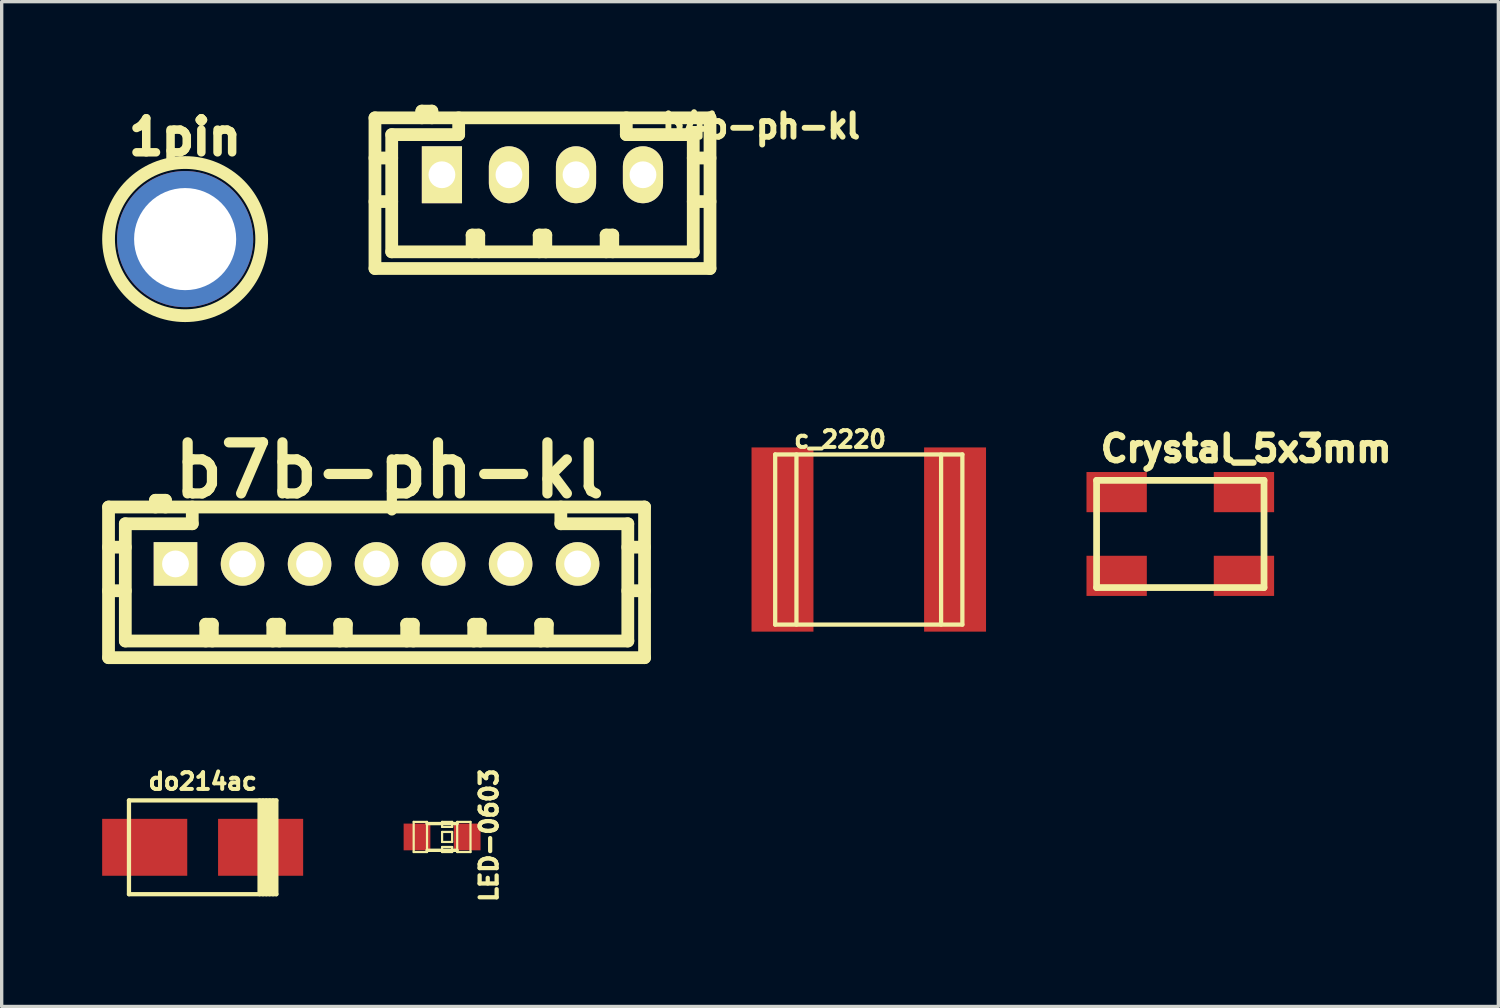
<source format=kicad_pcb>
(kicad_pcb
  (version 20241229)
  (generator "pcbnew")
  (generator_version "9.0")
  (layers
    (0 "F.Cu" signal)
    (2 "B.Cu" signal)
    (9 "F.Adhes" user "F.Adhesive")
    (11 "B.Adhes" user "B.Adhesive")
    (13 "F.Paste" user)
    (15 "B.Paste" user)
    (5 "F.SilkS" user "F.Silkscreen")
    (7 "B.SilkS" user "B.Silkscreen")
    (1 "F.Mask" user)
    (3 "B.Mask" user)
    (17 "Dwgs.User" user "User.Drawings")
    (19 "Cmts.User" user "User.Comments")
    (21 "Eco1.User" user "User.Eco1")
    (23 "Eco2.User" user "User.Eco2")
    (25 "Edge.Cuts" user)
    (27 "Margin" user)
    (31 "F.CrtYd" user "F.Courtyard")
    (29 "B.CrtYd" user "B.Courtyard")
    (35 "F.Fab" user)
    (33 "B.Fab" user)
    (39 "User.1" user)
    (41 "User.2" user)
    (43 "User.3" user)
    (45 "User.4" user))
  (footprint "LED-0603"
    (layer "F.Cu")
    (at 10.148 21.936)
    (property "Reference" "LED-0603" (at 1.4 -0.05 90) (layer "F.SilkS") (effects (font (size 0.508 0.508) (thickness 0.127))))
    (attr smd)
    (fp_line (start -0.848 -0.45) (end -0.848 0.45) (stroke (width 0.066) (type solid)) (layer "F.SilkS"))
    (fp_line (start -0.848 -0.45) (end -0.45 -0.45) (stroke (width 0.066) (type solid)) (layer "F.SilkS"))
    (fp_line (start -0.848 0.45) (end -0.45 0.45) (stroke (width 0.066) (type solid)) (layer "F.SilkS"))
    (fp_line (start -0.45 -0.45) (end -0.45 0.45) (stroke (width 0.066) (type solid)) (layer "F.SilkS"))
    (fp_line (start 0 -0.45) (end 0 -0.3) (stroke (width 0.066) (type solid)) (layer "F.SilkS"))
    (fp_line (start 0 -0.45) (end 0.3 -0.45) (stroke (width 0.066) (type solid)) (layer "F.SilkS"))
    (fp_line (start 0 -0.3) (end 0.3 -0.3) (stroke (width 0.066) (type solid)) (layer "F.SilkS"))
    (fp_line (start 0 -0.15) (end 0 0.15) (stroke (width 0.066) (type solid)) (layer "F.SilkS"))
    (fp_line (start 0 -0.15) (end 0.3 -0.15) (stroke (width 0.066) (type solid)) (layer "F.SilkS"))
    (fp_line (start 0 0.15) (end 0.3 0.15) (stroke (width 0.066) (type solid)) (layer "F.SilkS"))
    (fp_line (start 0 0.3) (end 0 0.45) (stroke (width 0.066) (type solid)) (layer "F.SilkS"))
    (fp_line (start 0 0.3) (end 0.3 0.3) (stroke (width 0.066) (type solid)) (layer "F.SilkS"))
    (fp_line (start 0 0.45) (end 0.3 0.45) (stroke (width 0.066) (type solid)) (layer "F.SilkS"))
    (fp_line (start 0.3 -0.45) (end 0.3 -0.3) (stroke (width 0.066) (type solid)) (layer "F.SilkS"))
    (fp_line (start 0.3 -0.15) (end 0.3 0.15) (stroke (width 0.066) (type solid)) (layer "F.SilkS"))
    (fp_line (start 0.3 0.3) (end 0.3 0.45) (stroke (width 0.066) (type solid)) (layer "F.SilkS"))
    (fp_line (start 0.45 -0.45) (end 0.45 0.45) (stroke (width 0.066) (type solid)) (layer "F.SilkS"))
    (fp_line (start 0.45 -0.45) (end 0.848 -0.45) (stroke (width 0.066) (type solid)) (layer "F.SilkS"))
    (fp_line (start 0.45 -0.399) (end -0.45 -0.399) (stroke (width 0.102) (type solid)) (layer "F.SilkS"))
    (fp_line (start 0.45 0.399) (end -0.45 0.399) (stroke (width 0.102) (type solid)) (layer "F.SilkS"))
    (fp_line (start 0.45 0.45) (end 0.848 0.45) (stroke (width 0.066) (type solid)) (layer "F.SilkS"))
    (fp_line (start 0.848 -0.45) (end 0.848 0.45) (stroke (width 0.066) (type solid)) (layer "F.SilkS"))
    (pad "1" smd rect (at -0.749 0 180) (size 0.798 0.798) (layers "F.Cu" "F.Mask" "F.Paste"))
    (pad "2" smd rect (at 0.749 0 180) (size 0.798 0.798) (layers "F.Cu" "F.Mask" "F.Paste")))
  (footprint "b7b-ph-kl"
    (layer "F.Cu")
    (at 8.194 13.785)
    (property "Reference" "b7b-ph-kl" (at 0.381 -2.794 0) (layer "F.SilkS") (effects (font (size 1.524 1.524) (thickness 0.305))))
    (attr through_hole)
    (fp_line (start -8.004 -1.699) (end -8.004 2.799) (stroke (width 0.381) (type solid)) (layer "F.SilkS"))
    (fp_line (start -8.001 -1.699) (end 8.001 -1.699) (stroke (width 0.381) (type solid)) (layer "F.SilkS"))
    (fp_line (start -8.001 2.799) (end 8.001 2.799) (stroke (width 0.381) (type solid)) (layer "F.SilkS"))
    (fp_line (start -7.503 -1.199) (end -7.503 2.301) (stroke (width 0.381) (type solid)) (layer "F.SilkS"))
    (fp_line (start -7.503 -0.5) (end -8.004 -0.5) (stroke (width 0.381) (type solid)) (layer "F.SilkS"))
    (fp_line (start -7.503 0.8) (end -8.004 0.8) (stroke (width 0.381) (type solid)) (layer "F.SilkS"))
    (fp_line (start -6.604 -1.9) (end -6.604 -1.699) (stroke (width 0.381) (type solid)) (layer "F.SilkS"))
    (fp_line (start -6.304 -1.9) (end -6.604 -1.9) (stroke (width 0.381) (type solid)) (layer "F.SilkS"))
    (fp_line (start -6.304 -1.699) (end -6.304 -1.9) (stroke (width 0.381) (type solid)) (layer "F.SilkS"))
    (fp_line (start -5.504 -1.699) (end -5.504 -1.199) (stroke (width 0.381) (type solid)) (layer "F.SilkS"))
    (fp_line (start -5.504 -1.199) (end -7.503 -1.199) (stroke (width 0.381) (type solid)) (layer "F.SilkS"))
    (fp_line (start -5.103 1.801) (end -4.905 1.801) (stroke (width 0.381) (type solid)) (layer "F.SilkS"))
    (fp_line (start -5.103 2.301) (end -5.103 1.801) (stroke (width 0.381) (type solid)) (layer "F.SilkS"))
    (fp_line (start -4.905 1.801) (end -4.905 2.301) (stroke (width 0.381) (type solid)) (layer "F.SilkS"))
    (fp_line (start -3.101 1.801) (end -2.903 1.801) (stroke (width 0.381) (type solid)) (layer "F.SilkS"))
    (fp_line (start -3.101 2.301) (end -3.101 1.801) (stroke (width 0.381) (type solid)) (layer "F.SilkS"))
    (fp_line (start -2.903 1.801) (end -2.903 2.301) (stroke (width 0.381) (type solid)) (layer "F.SilkS"))
    (fp_line (start -1.102 1.801) (end -0.904 1.801) (stroke (width 0.381) (type solid)) (layer "F.SilkS"))
    (fp_line (start -1.102 2.301) (end -1.102 1.801) (stroke (width 0.381) (type solid)) (layer "F.SilkS"))
    (fp_line (start -0.904 1.801) (end -0.904 2.301) (stroke (width 0.381) (type solid)) (layer "F.SilkS"))
    (fp_line (start 0.897 1.801) (end 1.095 1.801) (stroke (width 0.381) (type solid)) (layer "F.SilkS"))
    (fp_line (start 0.897 2.301) (end 0.897 1.801) (stroke (width 0.381) (type solid)) (layer "F.SilkS"))
    (fp_line (start 1.095 1.801) (end 1.095 2.301) (stroke (width 0.381) (type solid)) (layer "F.SilkS"))
    (fp_line (start 2.898 1.801) (end 3.096 1.801) (stroke (width 0.381) (type solid)) (layer "F.SilkS"))
    (fp_line (start 2.898 2.301) (end 2.898 1.801) (stroke (width 0.381) (type solid)) (layer "F.SilkS"))
    (fp_line (start 3.096 1.801) (end 3.096 2.301) (stroke (width 0.381) (type solid)) (layer "F.SilkS"))
    (fp_line (start 4.897 1.801) (end 5.095 1.801) (stroke (width 0.381) (type solid)) (layer "F.SilkS"))
    (fp_line (start 4.897 2.301) (end 4.897 1.801) (stroke (width 0.381) (type solid)) (layer "F.SilkS"))
    (fp_line (start 5.095 1.801) (end 5.095 2.301) (stroke (width 0.381) (type solid)) (layer "F.SilkS"))
    (fp_line (start 5.499 -1.199) (end 5.499 -1.699) (stroke (width 0.381) (type solid)) (layer "F.SilkS"))
    (fp_line (start 7.498 -1.199) (end 5.499 -1.199) (stroke (width 0.381) (type solid)) (layer "F.SilkS"))
    (fp_line (start 7.498 0.8) (end 7.998 0.8) (stroke (width 0.381) (type solid)) (layer "F.SilkS"))
    (fp_line (start 7.498 2.301) (end 7.498 -1.199) (stroke (width 0.381) (type solid)) (layer "F.SilkS"))
    (fp_line (start 7.501 2.301) (end -7.501 2.301) (stroke (width 0.381) (type solid)) (layer "F.SilkS"))
    (fp_line (start 7.998 -1.699) (end 7.998 2.799) (stroke (width 0.381) (type solid)) (layer "F.SilkS"))
    (fp_line (start 7.998 -0.5) (end 7.498 -0.5) (stroke (width 0.381) (type solid)) (layer "F.SilkS"))
    (pad "1" thru_hole rect (at -6.005 0) (size 1.3 1.3) (drill 0.8) (layers "*.Cu" "*.Mask" "F.SilkS"))
    (pad "2" thru_hole circle (at -4.003 0) (size 1.3 1.3) (drill 0.8) (layers "*.Cu" "*.Mask" "F.SilkS"))
    (pad "3" thru_hole circle (at -2.002 0) (size 1.3 1.3) (drill 0.8) (layers "*.Cu" "*.Mask" "F.SilkS"))
    (pad "4" thru_hole circle (at -0.003 0) (size 1.3 1.3) (drill 0.8) (layers "*.Cu" "*.Mask" "F.SilkS"))
    (pad "5" thru_hole circle (at 1.999 0) (size 1.3 1.3) (drill 0.8) (layers "*.Cu" "*.Mask" "F.SilkS"))
    (pad "6" thru_hole circle (at 4 0) (size 1.3 1.3) (drill 0.8) (layers "*.Cu" "*.Mask" "F.SilkS"))
    (pad "7" thru_hole circle (at 5.999 0) (size 1.3 1.3) (drill 0.8) (layers "*.Cu" "*.Mask" "F.SilkS")))
  (footprint "c_2220"
    (layer "F.Cu")
    (at 22.886 13.057)
    (property "Reference" "c_2220" (at -0.856 -2.99 0) (layer "F.SilkS") (effects (font (size 0.5 0.5) (thickness 0.119))))
    (attr smd)
    (fp_line (start -2.794 -2.54) (end 2.794 -2.54) (stroke (width 0.127) (type solid)) (layer "F.SilkS"))
    (fp_line (start -2.794 2.54) (end -2.794 -2.54) (stroke (width 0.127) (type solid)) (layer "F.SilkS"))
    (fp_line (start -2.159 -2.54) (end -2.159 2.54) (stroke (width 0.127) (type solid)) (layer "F.SilkS"))
    (fp_line (start 2.159 -2.54) (end 2.159 2.54) (stroke (width 0.127) (type solid)) (layer "F.SilkS"))
    (fp_line (start 2.794 -2.54) (end 2.794 2.54) (stroke (width 0.127) (type solid)) (layer "F.SilkS"))
    (fp_line (start 2.794 2.54) (end -2.794 2.54) (stroke (width 0.127) (type solid)) (layer "F.SilkS"))
    (pad "1" smd rect (at 2.576 0 180) (size 1.849 5.499) (layers "F.Cu" "F.Mask" "F.Paste"))
    (pad "2" smd rect (at -2.576 0 180) (size 1.849 5.499) (layers "F.Cu" "F.Mask" "F.Paste")))
  (footprint "do214ac"
    (layer "F.Cu")
    (at 3 22.245)
    (property "Reference" "do214ac" (at 0 -1.968 0) (layer "F.SilkS") (effects (font (size 0.5 0.5) (thickness 0.119))))
    (attr smd)
    (fp_line (start -2.2 -1.4) (end -2.2 1.4) (stroke (width 0.127) (type solid)) (layer "F.SilkS"))
    (fp_line (start -2.2 1.4) (end 2.2 1.4) (stroke (width 0.127) (type solid)) (layer "F.SilkS"))
    (fp_line (start 1.699 -1.4) (end 1.699 1.4) (stroke (width 0.127) (type solid)) (layer "F.SilkS"))
    (fp_line (start 1.801 -1.4) (end 1.801 1.4) (stroke (width 0.127) (type solid)) (layer "F.SilkS"))
    (fp_line (start 1.9 1.4) (end 1.9 -1.4) (stroke (width 0.127) (type solid)) (layer "F.SilkS"))
    (fp_line (start 1.999 -1.4) (end 1.999 1.4) (stroke (width 0.127) (type solid)) (layer "F.SilkS"))
    (fp_line (start 2.101 1.4) (end 2.101 -1.4) (stroke (width 0.127) (type solid)) (layer "F.SilkS"))
    (fp_line (start 2.2 -1.4) (end -2.2 -1.4) (stroke (width 0.127) (type solid)) (layer "F.SilkS"))
    (fp_line (start 2.2 1.4) (end 2.2 -1.4) (stroke (width 0.127) (type solid)) (layer "F.SilkS"))
    (pad "1" smd rect (at -1.73 0 180) (size 2.54 1.699) (layers "F.Cu" "F.Mask" "F.Paste"))
    (pad "2" smd rect (at 1.73 0 180) (size 2.54 1.699) (layers "F.Cu" "F.Mask" "F.Paste")))
  (footprint "1pin"
    (layer "F.Cu")
    (at 2.477 4.088)
    (property "Reference" "1pin" (at 0 -3.048 0) (layer "F.SilkS") (effects (font (size 1.016 1.016) (thickness 0.254))))
    (attr through_hole)
    (fp_circle (center 0 0) (end 0 -2.286) (stroke (width 0.381) (type solid)) (fill no) (layer "F.SilkS"))
    (pad "1" thru_hole circle (at 0 0) (size 4.064 4.064) (drill 3.048) (layers "*.Cu" "*.Mask")))
  (footprint "Crystal_5x3mm"
    (layer "F.Cu")
    (at 32.186 12.891)
    (property "Reference" "Crystal_5x3mm" (at 1.967 -2.546 0) (layer "F.SilkS") (effects (font (size 0.762 0.762) (thickness 0.191))))
    (attr smd)
    (fp_line (start -2.499 -1.6) (end 2.499 -1.6) (stroke (width 0.201) (type solid)) (layer "F.SilkS"))
    (fp_line (start -2.499 1.6) (end -2.499 -1.6) (stroke (width 0.201) (type solid)) (layer "F.SilkS"))
    (fp_line (start 2.499 -1.6) (end 2.499 1.6) (stroke (width 0.201) (type solid)) (layer "F.SilkS"))
    (fp_line (start 2.499 1.6) (end -2.499 1.6) (stroke (width 0.201) (type solid)) (layer "F.SilkS"))
    (pad "1" smd rect (at -1.9 1.25 180) (size 1.801 1.199) (layers "F.Cu" "F.Mask" "F.Paste"))
    (pad "2" smd rect (at 1.9 -1.25 180) (size 1.801 1.199) (layers "F.Cu" "F.Mask" "F.Paste"))
    (pad "3" smd rect (at -1.9 -1.25 180) (size 1.801 1.199) (layers "F.Cu" "F.Mask" "F.Paste"))
    (pad "3" smd rect (at 1.9 1.25 180) (size 1.801 1.199) (layers "F.Cu" "F.Mask" "F.Paste")))
  (footprint "b4b-ph-kl"
    (layer "F.Cu")
    (at 13.145 2.167)
    (property "Reference" "b4b-ph-kl" (at 6.526 -1.45 0) (layer "F.SilkS") (effects (font (size 0.7 0.7) (thickness 0.175))))
    (attr through_hole)
    (fp_line (start -5.001 -1.699) (end -5.001 2.799) (stroke (width 0.381) (type solid)) (layer "F.SilkS"))
    (fp_line (start -5.001 -1.699) (end 5.001 -1.699) (stroke (width 0.381) (type solid)) (layer "F.SilkS"))
    (fp_line (start -5.001 2.799) (end 5.001 2.799) (stroke (width 0.381) (type solid)) (layer "F.SilkS"))
    (fp_line (start -4.501 -1.199) (end -4.501 2.301) (stroke (width 0.381) (type solid)) (layer "F.SilkS"))
    (fp_line (start -4.501 -0.5) (end -5.001 -0.5) (stroke (width 0.381) (type solid)) (layer "F.SilkS"))
    (fp_line (start -4.501 0.8) (end -5.001 0.8) (stroke (width 0.381) (type solid)) (layer "F.SilkS"))
    (fp_line (start -3.602 -1.9) (end -3.602 -1.699) (stroke (width 0.381) (type solid)) (layer "F.SilkS"))
    (fp_line (start -3.302 -1.9) (end -3.602 -1.9) (stroke (width 0.381) (type solid)) (layer "F.SilkS"))
    (fp_line (start -3.302 -1.699) (end -3.302 -1.9) (stroke (width 0.381) (type solid)) (layer "F.SilkS"))
    (fp_line (start -2.502 -1.699) (end -2.502 -1.199) (stroke (width 0.381) (type solid)) (layer "F.SilkS"))
    (fp_line (start -2.502 -1.199) (end -4.501 -1.199) (stroke (width 0.381) (type solid)) (layer "F.SilkS"))
    (fp_line (start -2.101 1.801) (end -1.902 1.801) (stroke (width 0.381) (type solid)) (layer "F.SilkS"))
    (fp_line (start -2.101 2.301) (end -2.101 1.801) (stroke (width 0.381) (type solid)) (layer "F.SilkS"))
    (fp_line (start -1.902 1.801) (end -1.902 2.301) (stroke (width 0.381) (type solid)) (layer "F.SilkS"))
    (fp_line (start -0.099 1.801) (end 0.099 1.801) (stroke (width 0.381) (type solid)) (layer "F.SilkS"))
    (fp_line (start -0.099 2.301) (end -0.099 1.801) (stroke (width 0.381) (type solid)) (layer "F.SilkS"))
    (fp_line (start 0.099 1.801) (end 0.099 2.301) (stroke (width 0.381) (type solid)) (layer "F.SilkS"))
    (fp_line (start 1.9 1.801) (end 2.098 1.801) (stroke (width 0.381) (type solid)) (layer "F.SilkS"))
    (fp_line (start 1.9 2.301) (end 1.9 1.801) (stroke (width 0.381) (type solid)) (layer "F.SilkS"))
    (fp_line (start 2.098 1.801) (end 2.098 2.301) (stroke (width 0.381) (type solid)) (layer "F.SilkS"))
    (fp_line (start 2.502 -1.199) (end 2.502 -1.699) (stroke (width 0.381) (type solid)) (layer "F.SilkS"))
    (fp_line (start 4.501 -1.199) (end 2.502 -1.199) (stroke (width 0.381) (type solid)) (layer "F.SilkS"))
    (fp_line (start 4.501 0.8) (end 5.001 0.8) (stroke (width 0.381) (type solid)) (layer "F.SilkS"))
    (fp_line (start 4.501 2.301) (end -4.501 2.301) (stroke (width 0.381) (type solid)) (layer "F.SilkS"))
    (fp_line (start 4.501 2.301) (end 4.501 -1.199) (stroke (width 0.381) (type solid)) (layer "F.SilkS"))
    (fp_line (start 5.001 -1.699) (end 5.001 2.799) (stroke (width 0.381) (type solid)) (layer "F.SilkS"))
    (fp_line (start 5.001 -0.5) (end 4.501 -0.5) (stroke (width 0.381) (type solid)) (layer "F.SilkS"))
    (pad "1" thru_hole rect (at -3.002 0) (size 1.199 1.699) (drill 0.8) (layers "*.Cu" "*.Mask" "F.SilkS"))
    (pad "2" thru_hole oval (at -1.001 0) (size 1.199 1.699) (drill 0.8) (layers "*.Cu" "*.Mask" "F.SilkS"))
    (pad "3" thru_hole oval (at 1.001 0) (size 1.199 1.699) (drill 0.8) (layers "*.Cu" "*.Mask" "F.SilkS"))
    (pad "4" thru_hole oval (at 3 0) (size 1.199 1.699) (drill 0.8) (layers "*.Cu" "*.Mask" "F.SilkS")))
  (gr_rect
    (start -3 -3)
    (end 41.681 26.997)
    (stroke (width 0.1) (type default))
    (fill no)
    (layer "Edge.Cuts")))
</source>
